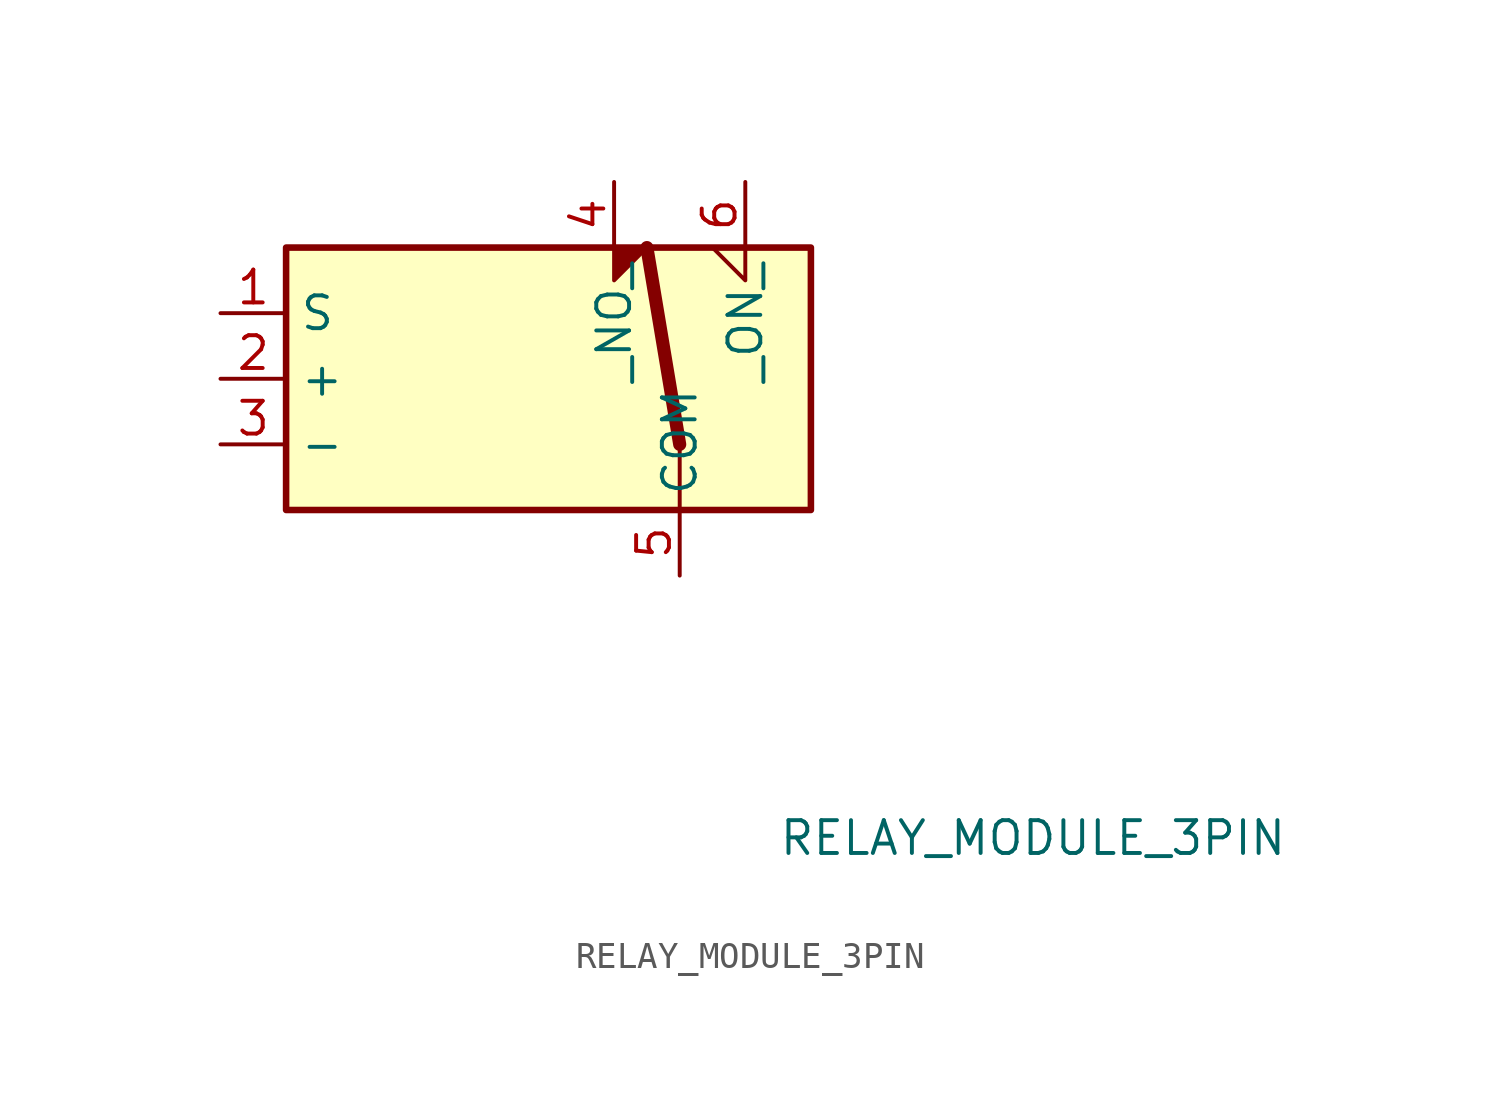
<source format=kicad_sym>
(kicad_symbol_lib
  (version 20211014)
  (generator kicad_symbol_editor)
  (symbol "RELAY_MODULE_3PIN"
    (property "Reference" "K?"
      (at -1.27 11.43 0)
      (effects (font (size 1.27 1.27)) (justify left) hide))
    (property "Value" "RELAY_MODULE_3PIN"
      (at 8.89 -17.78 0)
      (effects (font (size 1.27 1.27)) (justify left)))
    (symbol "RELAY_MODULE_3PIN_0_0"
      (polyline (pts (xy 2.54 5.08) (xy 2.54 3.81) (xy 3.81 5.08) (xy 2.54 5.08)) (stroke (width 0) (type default) (color 0 0 0 0)) (fill (type outline)))
      (polyline (pts (xy 7.62 5.08) (xy 7.62 3.81) (xy 6.35 5.08) (xy 7.62 5.08)) (stroke (width 0) (type default) (color 0 0 0 0)) (fill (type none))))
    (symbol "RELAY_MODULE_3PIN_0_1"
      (rectangle (start -10.16 5.08) (end 10.16 -5.08) (stroke (width 0.254) (type default) (color 0 0 0 0)) (fill (type background)))
      (polyline (pts (xy 5.08 -2.54) (xy 3.81 5.08)) (stroke (width 0.508) (type default) (color 0 0 0 0)) (fill (type none)))
      (polyline (pts (xy 5.08 -2.54) (xy 5.08 -5.08)) (stroke (width 0) (type default) (color 0 0 0 0)) (fill (type none))))
    (symbol "RELAY_MODULE_3PIN_1_1"
      (pin passive line (at -12.7 2.54 0) (length 2.54) (name "S" (effects (font (size 1.27 1.27)))) (number "1" (effects (font (size 1.27 1.27)))))
      (pin passive line (at -12.7 0 0) (length 2.54) (name "+" (effects (font (size 1.27 1.27)))) (number "2" (effects (font (size 1.27 1.27)))))
      (pin passive line (at -12.7 -2.54 0) (length 2.54) (name "-" (effects (font (size 1.27 1.27)))) (number "3" (effects (font (size 1.27 1.27)))))
      (pin passive line (at 2.54 7.62 270) (length 2.54) (name "_NO_" (effects (font (size 1.27 1.27)))) (number "4" (effects (font (size 1.27 1.27)))))
      (pin passive line (at 5.08 -7.62 90) (length 2.54) (name "COM" (effects (font (size 1.27 1.27)))) (number "5" (effects (font (size 1.27 1.27)))))
      (pin passive line (at 7.62 7.62 270) (length 2.54) (name "_ON_" (effects (font (size 1.27 1.27)))) (number "6" (effects (font (size 1.27 1.27))))))))
</source>
